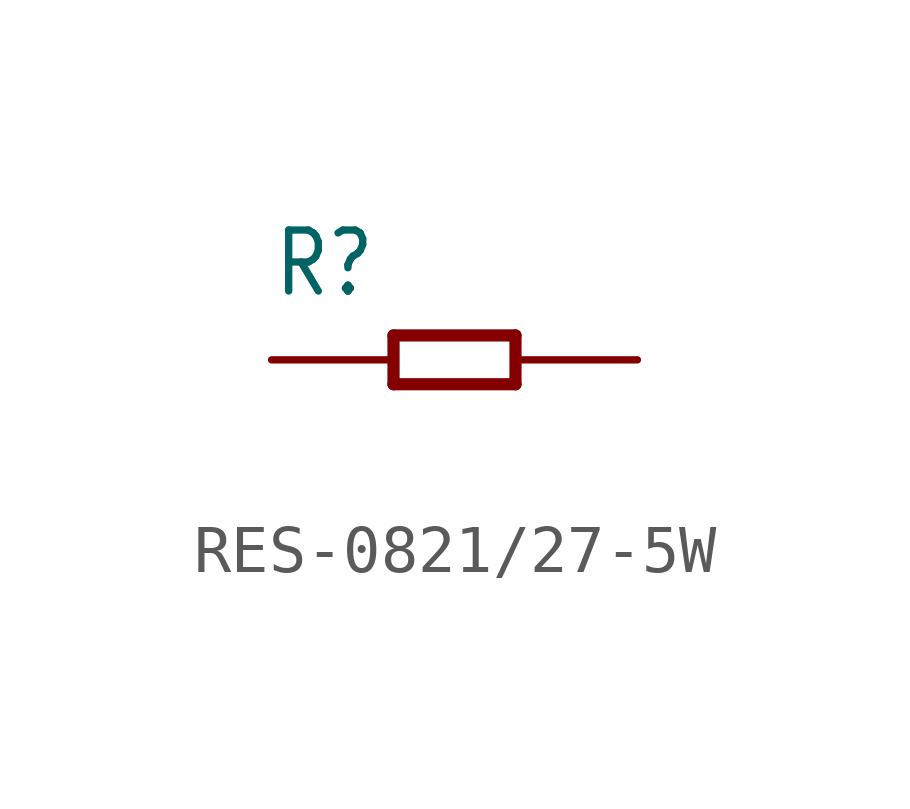
<source format=kicad_sym>
(kicad_symbol_lib
  (version 20220914)
  (generator kicad_symbol_editor)
  (symbol "RES-0821/27-5W"
    (property "Reference" "R"
      (at -3.81 1.27 0)
      (effects (font (size 1.27 1.079)) (justify left bottom)))
    (property "Value" ""
      (at -3.81 -2.54 0)
      (effects (font (size 1.27 1.079)) (justify left bottom)))
    (property "ki_locked" ""
      (at 0 0 0)
      (effects (font (size 1.27 1.27))))
    (symbol "RES-0821/27-5W_1_0"
      (polyline (pts (xy -1.27 -0.508) (xy -1.27 0.508)) (stroke (width 0.254) (type solid)) (fill (type none)))
      (polyline (pts (xy -1.27 0.508) (xy 1.27 0.508)) (stroke (width 0.254) (type solid)) (fill (type none)))
      (polyline (pts (xy 1.27 -0.508) (xy -1.27 -0.508)) (stroke (width 0.254) (type solid)) (fill (type none)))
      (polyline (pts (xy 1.27 0.508) (xy 1.27 -0.508)) (stroke (width 0.254) (type solid)) (fill (type none)))
      (pin passive line (at -3.81 0 0) (length 2.54) (name "1" (effects (font (size 0 0)))) (number "P$1" (effects (font (size 0 0)))))
      (pin passive line (at 3.81 0 180) (length 2.54) (name "2" (effects (font (size 0 0)))) (number "P$2" (effects (font (size 0 0))))))))
</source>
